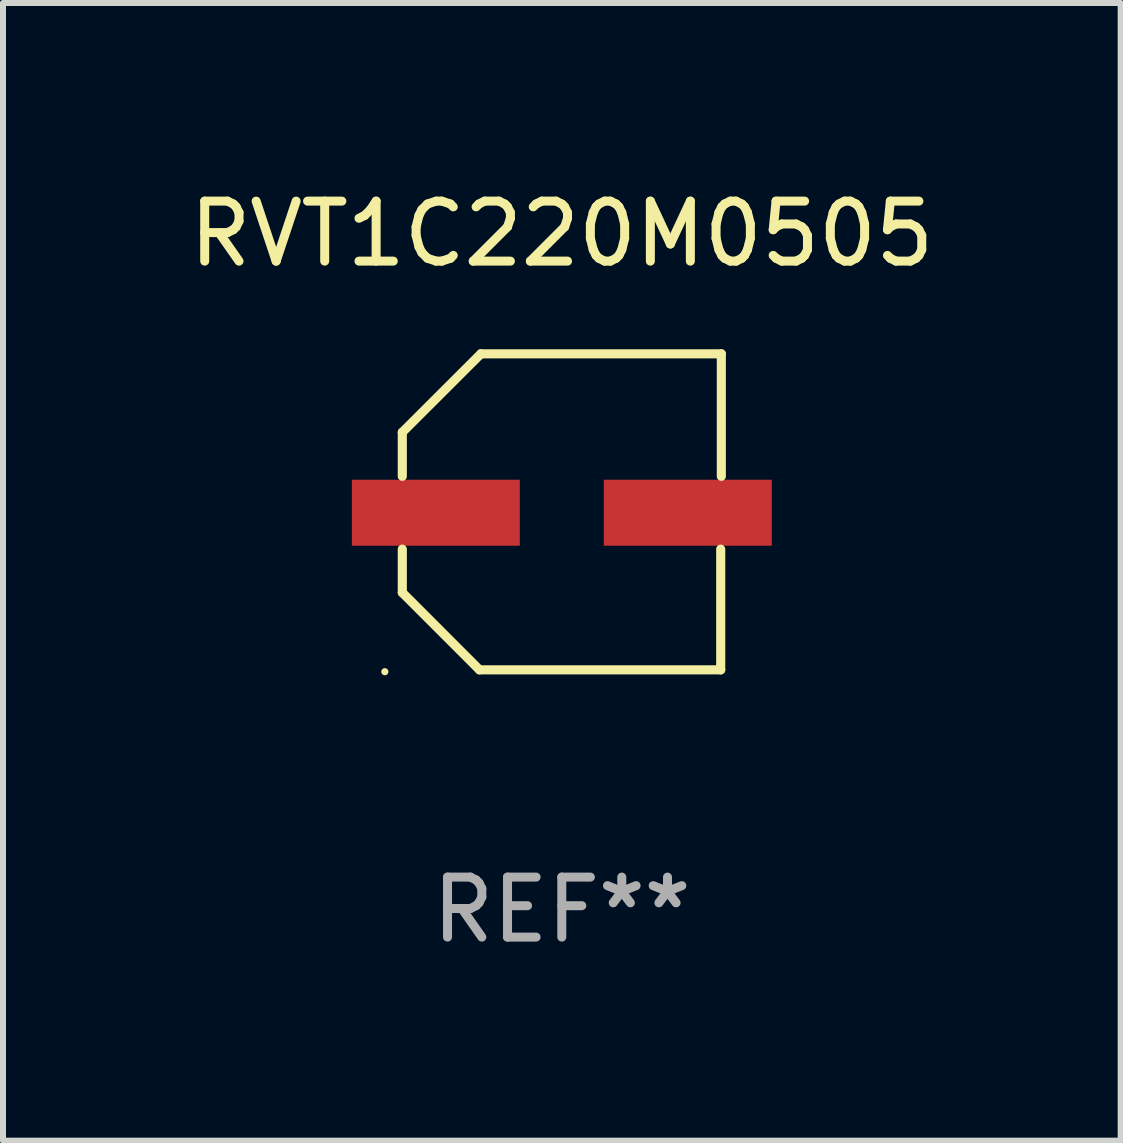
<source format=kicad_pcb>
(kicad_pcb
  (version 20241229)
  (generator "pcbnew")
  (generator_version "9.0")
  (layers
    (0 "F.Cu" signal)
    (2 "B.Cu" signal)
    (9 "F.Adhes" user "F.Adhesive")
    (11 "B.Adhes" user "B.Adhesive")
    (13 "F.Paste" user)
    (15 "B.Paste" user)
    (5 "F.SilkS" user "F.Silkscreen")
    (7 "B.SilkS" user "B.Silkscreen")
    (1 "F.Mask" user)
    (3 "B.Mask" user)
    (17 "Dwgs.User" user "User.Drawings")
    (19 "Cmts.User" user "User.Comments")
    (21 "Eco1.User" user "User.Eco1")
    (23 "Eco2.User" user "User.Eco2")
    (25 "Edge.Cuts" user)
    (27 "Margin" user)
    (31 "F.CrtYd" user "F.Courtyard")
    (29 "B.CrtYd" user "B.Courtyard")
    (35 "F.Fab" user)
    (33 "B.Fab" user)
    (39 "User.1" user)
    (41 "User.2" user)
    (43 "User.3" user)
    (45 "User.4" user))
  (footprint "RVT1C220M0505"
    (layer "F.Cu")
    (at 6.315 5.482)
    (property "Reference" "RVT1C220M0505" (at 0 -4.634 0) (layer "F.SilkS") (effects (font (size 1 1) (thickness 0.15))))
    (attr through_hole)
    (fp_line (start -2.659 -1.326) (end -2.659 -0.592) (stroke (width 0.152) (type solid)) (layer "F.SilkS"))
    (fp_line (start -2.659 1.346) (end -2.659 0.622) (stroke (width 0.152) (type solid)) (layer "F.SilkS"))
    (fp_line (start -1.372 2.634) (end -2.659 1.346) (stroke (width 0.152) (type solid)) (layer "F.SilkS"))
    (fp_line (start -1.349 -2.634) (end -2.659 -1.326) (stroke (width 0.152) (type solid)) (layer "F.SilkS"))
    (fp_line (start 2.649 0.622) (end 2.649 2.634) (stroke (width 0.152) (type solid)) (layer "F.SilkS"))
    (fp_line (start 2.649 2.634) (end -1.372 2.634) (stroke (width 0.152) (type solid)) (layer "F.SilkS"))
    (fp_line (start 2.659 -2.634) (end -1.349 -2.634) (stroke (width 0.152) (type solid)) (layer "F.SilkS"))
    (fp_line (start 2.659 -0.592) (end 2.659 -2.634) (stroke (width 0.152) (type solid)) (layer "F.SilkS"))
    (fp_circle (center -2.95 2.665) (end -2.92 2.665) (stroke (width 0.06) (type solid)) (fill no) (layer "F.SilkS"))
    (fp_text user "REF**" (at 0 6.634 0) (layer "F.Fab") (effects (font (size 1 1) (thickness 0.15))))
    (pad "1" smd rect (at -2.1 0.015) (size 2.8 1.1) (layers "F.Cu" "F.Mask" "F.Paste"))
    (pad "2" smd rect (at 2.1 0.015) (size 2.8 1.1) (layers "F.Cu" "F.Mask" "F.Paste")))
  (gr_rect
    (start -3 -3)
    (end 15.631 15.964)
    (stroke (width 0.1) (type default))
    (fill no)
    (layer "Edge.Cuts")))
</source>
